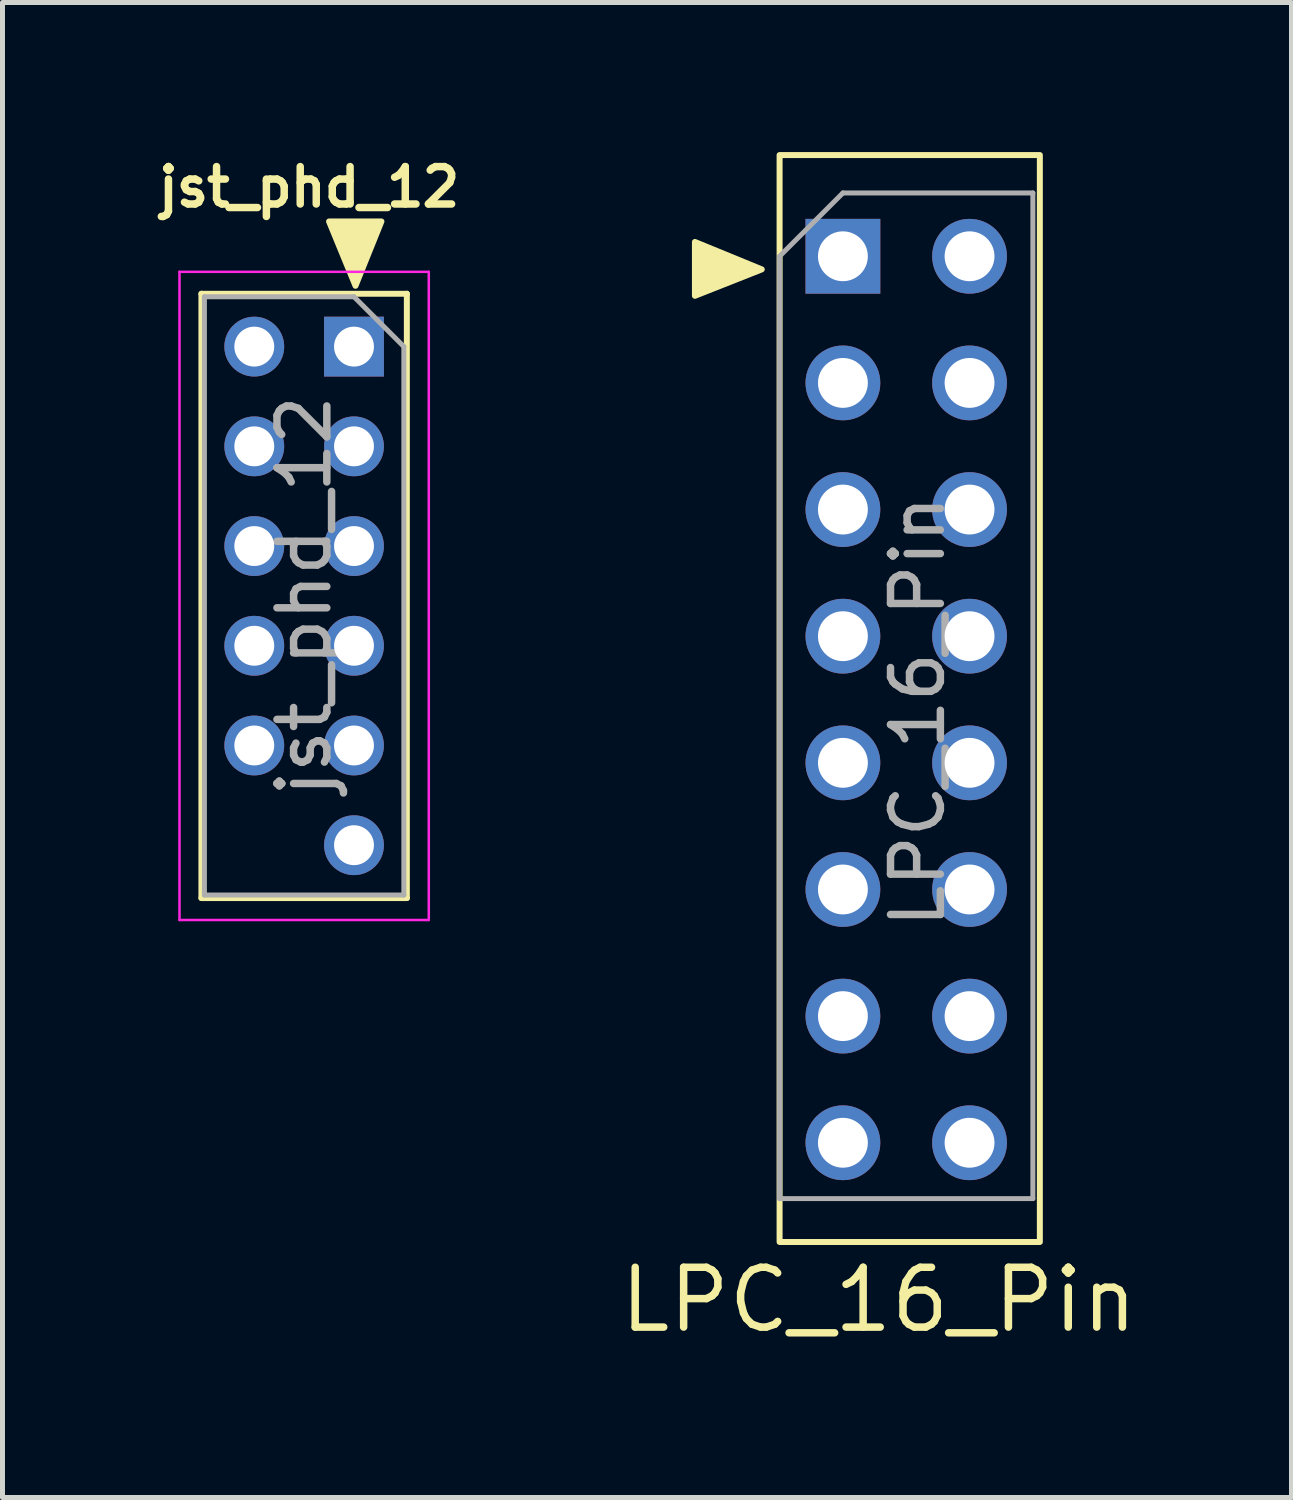
<source format=kicad_pcb>
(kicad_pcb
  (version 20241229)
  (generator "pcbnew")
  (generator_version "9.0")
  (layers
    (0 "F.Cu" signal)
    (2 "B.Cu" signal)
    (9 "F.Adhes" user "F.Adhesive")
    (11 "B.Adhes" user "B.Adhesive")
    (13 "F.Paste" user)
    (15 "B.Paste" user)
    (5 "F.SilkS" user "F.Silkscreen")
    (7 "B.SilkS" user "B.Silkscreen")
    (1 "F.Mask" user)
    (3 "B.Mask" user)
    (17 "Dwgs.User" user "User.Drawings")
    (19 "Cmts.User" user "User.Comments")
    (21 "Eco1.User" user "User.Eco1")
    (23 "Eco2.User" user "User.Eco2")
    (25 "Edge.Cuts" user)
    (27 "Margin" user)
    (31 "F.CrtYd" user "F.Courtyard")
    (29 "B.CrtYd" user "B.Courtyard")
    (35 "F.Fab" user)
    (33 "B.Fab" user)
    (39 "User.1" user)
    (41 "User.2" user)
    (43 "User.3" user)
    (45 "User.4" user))
  (footprint "jst_phd_12"
    (layer "F.Cu")
    (at 4.05 3.902)
    (property "Reference" "jst_phd_12" (at -0.9 -3.2 0) (layer "F.SilkS") (effects (font (size 0.75 0.75) (thickness 0.15))))
    (attr through_hole)
    (fp_line (start -3.06 -1.06) (end -3.06 11.06) (stroke (width 0.12) (type solid)) (layer "F.SilkS"))
    (fp_line (start -3.06 -1.06) (end 1.06 -1.06) (stroke (width 0.12) (type solid)) (layer "F.SilkS"))
    (fp_line (start -3.06 11.06) (end 1.06 11.06) (stroke (width 0.12) (type solid)) (layer "F.SilkS"))
    (fp_line (start 1.06 -1.06) (end 1.06 11.06) (stroke (width 0.12) (type solid)) (layer "F.SilkS"))
    (fp_poly (pts (xy 0.03 -1.22) (xy -0.5 -2.51) (xy 0.55 -2.51)) (stroke (width 0.12) (type solid)) (fill yes) (layer "F.SilkS"))
    (fp_line (start -3.5 -1.5) (end 1.5 -1.5) (stroke (width 0.05) (type solid)) (layer "F.CrtYd"))
    (fp_line (start -3.5 11.5) (end -3.5 -1.5) (stroke (width 0.05) (type solid)) (layer "F.CrtYd"))
    (fp_line (start 1.5 -1.5) (end 1.5 11.5) (stroke (width 0.05) (type solid)) (layer "F.CrtYd"))
    (fp_line (start 1.5 11.5) (end -3.5 11.5) (stroke (width 0.05) (type solid)) (layer "F.CrtYd"))
    (fp_line (start -3 -1) (end 0 -1) (stroke (width 0.1) (type solid)) (layer "F.Fab"))
    (fp_line (start -3 11) (end -3 -1) (stroke (width 0.1) (type solid)) (layer "F.Fab"))
    (fp_line (start 0 -1) (end 1 0) (stroke (width 0.1) (type solid)) (layer "F.Fab"))
    (fp_line (start 1 0) (end 1 11) (stroke (width 0.1) (type solid)) (layer "F.Fab"))
    (fp_line (start 1 11) (end -3 11) (stroke (width 0.1) (type solid)) (layer "F.Fab"))
    (fp_text user "${REFERENCE}" (at -1 5 90) (layer "F.Fab") (effects (font (size 1 1) (thickness 0.15))))
    (pad "1" thru_hole rect (at 0 0) (size 1.2 1.2) (drill 0.8) (layers "*.Cu" "*.Mask"))
    (pad "2" thru_hole oval (at -2 0) (size 1.2 1.2) (drill 0.8) (layers "*.Cu" "*.Mask"))
    (pad "3" thru_hole oval (at 0 2) (size 1.2 1.2) (drill 0.8) (layers "*.Cu" "*.Mask"))
    (pad "4" thru_hole oval (at -2 2) (size 1.2 1.2) (drill 0.8) (layers "*.Cu" "*.Mask"))
    (pad "5" thru_hole oval (at 0 4) (size 1.2 1.2) (drill 0.8) (layers "*.Cu" "*.Mask"))
    (pad "6" thru_hole oval (at -2 4) (size 1.2 1.2) (drill 0.8) (layers "*.Cu" "*.Mask"))
    (pad "7" thru_hole oval (at 0 6) (size 1.2 1.2) (drill 0.8) (layers "*.Cu" "*.Mask"))
    (pad "8" thru_hole oval (at -2 6) (size 1.2 1.2) (drill 0.8) (layers "*.Cu" "*.Mask"))
    (pad "9" thru_hole oval (at 0 8) (size 1.2 1.2) (drill 0.8) (layers "*.Cu" "*.Mask"))
    (pad "10" thru_hole oval (at -2 8) (size 1.2 1.2) (drill 0.8) (layers "*.Cu" "*.Mask"))
    (pad "11" thru_hole oval (at 0 10) (size 1.2 1.2) (drill 0.8) (layers "*.Cu" "*.Mask")))
  (footprint "LPC_16_Pin"
    (layer "F.Cu")
    (at 13.856 2.09)
    (property "Reference" "LPC_16_Pin" (at 0.72 20.93 180) (layer "F.SilkS") (effects (font (size 1.2 1.2) (thickness 0.15))))
    (attr through_hole)
    (fp_rect (start -1.27 -2.03) (end 3.95 19.77) (stroke (width 0.12) (type default)) (fill no) (layer "F.SilkS"))
    (fp_poly (pts (xy -2.968 -0.287) (xy -1.628 0.263) (xy -2.968 0.793)) (stroke (width 0.12) (type solid)) (fill yes) (layer "F.SilkS"))
    (fp_line (start -1.27 0) (end 0 -1.27) (stroke (width 0.1) (type solid)) (layer "F.Fab"))
    (fp_line (start -1.27 18.9) (end -1.27 0) (stroke (width 0.1) (type solid)) (layer "F.Fab"))
    (fp_line (start 0 -1.27) (end 3.81 -1.27) (stroke (width 0.1) (type solid)) (layer "F.Fab"))
    (fp_line (start 3.81 -1.27) (end 3.81 18.9) (stroke (width 0.1) (type solid)) (layer "F.Fab"))
    (fp_line (start 3.81 18.9) (end -1.27 18.9) (stroke (width 0.1) (type solid)) (layer "F.Fab"))
    (fp_text user "${REFERENCE}" (at 1.5 9.13 90) (layer "F.Fab") (effects (font (size 1 1) (thickness 0.15))))
    (pad "1" thru_hole rect (at 0 0) (size 1.5 1.5) (drill 1) (layers "*.Cu" "*.Mask"))
    (pad "2" thru_hole oval (at 2.54 0) (size 1.5 1.5) (drill 1) (layers "*.Cu" "*.Mask"))
    (pad "3" thru_hole oval (at 0 2.54) (size 1.5 1.5) (drill 1) (layers "*.Cu" "*.Mask"))
    (pad "4" thru_hole oval (at 2.54 2.54) (size 1.5 1.5) (drill 1) (layers "*.Cu" "*.Mask"))
    (pad "5" thru_hole oval (at 0 5.08) (size 1.5 1.5) (drill 1) (layers "*.Cu" "*.Mask"))
    (pad "6" thru_hole oval (at 2.54 5.08) (size 1.5 1.5) (drill 1) (layers "*.Cu" "*.Mask"))
    (pad "7" thru_hole oval (at 0 7.62) (size 1.5 1.5) (drill 1) (layers "*.Cu" "*.Mask"))
    (pad "8" thru_hole oval (at 2.54 7.62) (size 1.5 1.5) (drill 1) (layers "*.Cu" "*.Mask"))
    (pad "9" thru_hole oval (at 0 10.16) (size 1.5 1.5) (drill 1) (layers "*.Cu" "*.Mask"))
    (pad "10" thru_hole oval (at 2.54 10.16) (size 1.5 1.5) (drill 1) (layers "*.Cu" "*.Mask"))
    (pad "11" thru_hole oval (at 0 12.7) (size 1.5 1.5) (drill 1) (layers "*.Cu" "*.Mask"))
    (pad "12" thru_hole oval (at 2.54 12.7) (size 1.5 1.5) (drill 1) (layers "*.Cu" "*.Mask"))
    (pad "13" thru_hole oval (at 0 15.24) (size 1.5 1.5) (drill 1) (layers "*.Cu" "*.Mask"))
    (pad "14" thru_hole oval (at 2.54 15.24) (size 1.5 1.5) (drill 1) (layers "*.Cu" "*.Mask"))
    (pad "15" thru_hole oval (at 0 17.78) (size 1.5 1.5) (drill 1) (layers "*.Cu" "*.Mask"))
    (pad "16" thru_hole oval (at 2.54 17.78) (size 1.5 1.5) (drill 1) (layers "*.Cu" "*.Mask")))
  (gr_rect
    (start -3 -3)
    (end 22.853 26.985)
    (stroke (width 0.1) (type default))
    (fill no)
    (layer "Edge.Cuts")))
</source>
